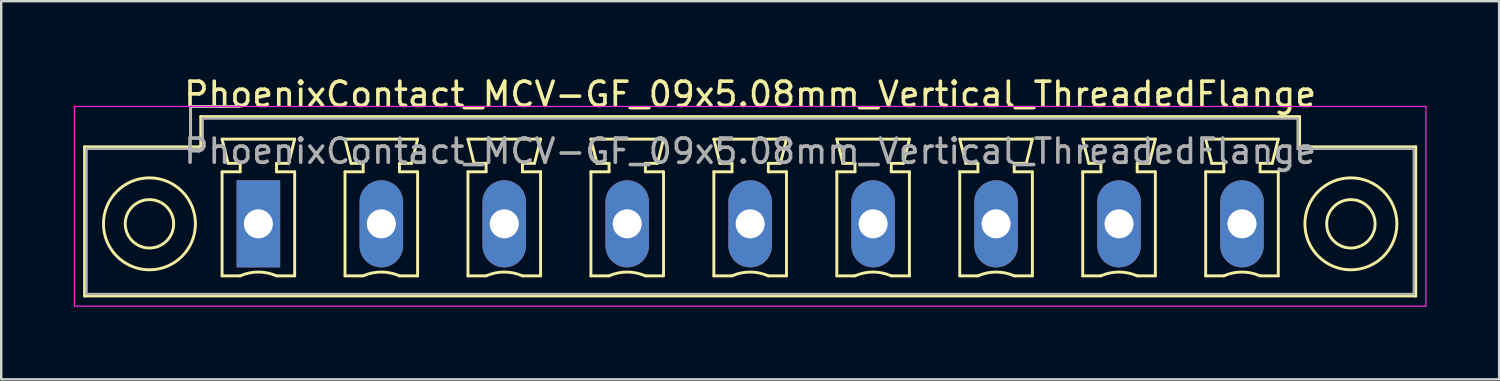
<source format=kicad_pcb>
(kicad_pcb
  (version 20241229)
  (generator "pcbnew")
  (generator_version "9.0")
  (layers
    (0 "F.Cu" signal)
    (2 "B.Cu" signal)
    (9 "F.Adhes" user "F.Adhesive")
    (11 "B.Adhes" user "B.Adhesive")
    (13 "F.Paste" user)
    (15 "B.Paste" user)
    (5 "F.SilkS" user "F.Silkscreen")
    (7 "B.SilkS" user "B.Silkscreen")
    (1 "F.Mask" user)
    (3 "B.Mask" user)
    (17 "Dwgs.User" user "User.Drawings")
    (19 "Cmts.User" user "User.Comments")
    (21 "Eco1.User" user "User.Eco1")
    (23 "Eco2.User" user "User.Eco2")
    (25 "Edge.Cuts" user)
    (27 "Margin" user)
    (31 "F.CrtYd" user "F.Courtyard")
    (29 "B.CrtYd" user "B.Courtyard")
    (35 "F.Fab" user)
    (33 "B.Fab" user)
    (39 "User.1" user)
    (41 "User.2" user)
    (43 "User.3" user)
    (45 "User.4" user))
  (footprint "PhoenixContact_MCV-GF_09x5.08mm_Vertical_ThreadedFlange"
    (layer "F.Cu")
    (at 7.625 6.198)
    (property "Reference" "PhoenixContact_MCV-GF_09x5.08mm_Vertical_ThreadedFlange" (at 20.32 -5.35 0) (layer "F.SilkS") (effects (font (size 1 1) (thickness 0.15))))
    (attr through_hole)
    (fp_line (start -7.18 -3.18) (end -7.18 2.98) (stroke (width 0.12) (type solid)) (layer "F.SilkS"))
    (fp_line (start -7.18 2.98) (end 47.82 2.98) (stroke (width 0.12) (type solid)) (layer "F.SilkS"))
    (fp_line (start -2.8 -4.85) (end -0.8 -4.85) (stroke (width 0.12) (type solid)) (layer "F.SilkS"))
    (fp_line (start -2.8 -3.6) (end -2.8 -4.85) (stroke (width 0.12) (type solid)) (layer "F.SilkS"))
    (fp_line (start -2.38 -4.43) (end -2.38 -3.18) (stroke (width 0.12) (type solid)) (layer "F.SilkS"))
    (fp_line (start -2.38 -3.18) (end -7.18 -3.18) (stroke (width 0.12) (type solid)) (layer "F.SilkS"))
    (fp_line (start -1.5 -3.5) (end 1.5 -3.5) (stroke (width 0.12) (type solid)) (layer "F.SilkS"))
    (fp_line (start -1.5 -2.15) (end -0.75 -2.15) (stroke (width 0.12) (type solid)) (layer "F.SilkS"))
    (fp_line (start -1.5 2.15) (end -1.5 -2.15) (stroke (width 0.12) (type solid)) (layer "F.SilkS"))
    (fp_line (start -1.25 -2.5) (end -1.5 -3.5) (stroke (width 0.12) (type solid)) (layer "F.SilkS"))
    (fp_line (start -0.75 -2.5) (end -1.25 -2.5) (stroke (width 0.12) (type solid)) (layer "F.SilkS"))
    (fp_line (start -0.75 -2.15) (end -0.75 -2.5) (stroke (width 0.12) (type solid)) (layer "F.SilkS"))
    (fp_line (start -0.75 2.15) (end -1.5 2.15) (stroke (width 0.12) (type solid)) (layer "F.SilkS"))
    (fp_line (start 0.75 -2.5) (end 0.75 -2.15) (stroke (width 0.12) (type solid)) (layer "F.SilkS"))
    (fp_line (start 0.75 -2.15) (end 1.5 -2.15) (stroke (width 0.12) (type solid)) (layer "F.SilkS"))
    (fp_line (start 1.25 -2.5) (end 0.75 -2.5) (stroke (width 0.12) (type solid)) (layer "F.SilkS"))
    (fp_line (start 1.5 -3.5) (end 1.25 -2.5) (stroke (width 0.12) (type solid)) (layer "F.SilkS"))
    (fp_line (start 1.5 -2.15) (end 1.5 2.15) (stroke (width 0.12) (type solid)) (layer "F.SilkS"))
    (fp_line (start 1.5 2.15) (end 0.75 2.15) (stroke (width 0.12) (type solid)) (layer "F.SilkS"))
    (fp_line (start 3.58 -3.5) (end 6.58 -3.5) (stroke (width 0.12) (type solid)) (layer "F.SilkS"))
    (fp_line (start 3.58 -2.15) (end 4.33 -2.15) (stroke (width 0.12) (type solid)) (layer "F.SilkS"))
    (fp_line (start 3.58 2.15) (end 3.58 -2.15) (stroke (width 0.12) (type solid)) (layer "F.SilkS"))
    (fp_line (start 3.83 -2.5) (end 3.58 -3.5) (stroke (width 0.12) (type solid)) (layer "F.SilkS"))
    (fp_line (start 4.33 -2.5) (end 3.83 -2.5) (stroke (width 0.12) (type solid)) (layer "F.SilkS"))
    (fp_line (start 4.33 -2.15) (end 4.33 -2.5) (stroke (width 0.12) (type solid)) (layer "F.SilkS"))
    (fp_line (start 4.33 2.15) (end 3.58 2.15) (stroke (width 0.12) (type solid)) (layer "F.SilkS"))
    (fp_line (start 5.83 -2.5) (end 5.83 -2.15) (stroke (width 0.12) (type solid)) (layer "F.SilkS"))
    (fp_line (start 5.83 -2.15) (end 6.58 -2.15) (stroke (width 0.12) (type solid)) (layer "F.SilkS"))
    (fp_line (start 6.33 -2.5) (end 5.83 -2.5) (stroke (width 0.12) (type solid)) (layer "F.SilkS"))
    (fp_line (start 6.58 -3.5) (end 6.33 -2.5) (stroke (width 0.12) (type solid)) (layer "F.SilkS"))
    (fp_line (start 6.58 -2.15) (end 6.58 2.15) (stroke (width 0.12) (type solid)) (layer "F.SilkS"))
    (fp_line (start 6.58 2.15) (end 5.83 2.15) (stroke (width 0.12) (type solid)) (layer "F.SilkS"))
    (fp_line (start 8.66 -3.5) (end 11.66 -3.5) (stroke (width 0.12) (type solid)) (layer "F.SilkS"))
    (fp_line (start 8.66 -2.15) (end 9.41 -2.15) (stroke (width 0.12) (type solid)) (layer "F.SilkS"))
    (fp_line (start 8.66 2.15) (end 8.66 -2.15) (stroke (width 0.12) (type solid)) (layer "F.SilkS"))
    (fp_line (start 8.91 -2.5) (end 8.66 -3.5) (stroke (width 0.12) (type solid)) (layer "F.SilkS"))
    (fp_line (start 9.41 -2.5) (end 8.91 -2.5) (stroke (width 0.12) (type solid)) (layer "F.SilkS"))
    (fp_line (start 9.41 -2.15) (end 9.41 -2.5) (stroke (width 0.12) (type solid)) (layer "F.SilkS"))
    (fp_line (start 9.41 2.15) (end 8.66 2.15) (stroke (width 0.12) (type solid)) (layer "F.SilkS"))
    (fp_line (start 10.91 -2.5) (end 10.91 -2.15) (stroke (width 0.12) (type solid)) (layer "F.SilkS"))
    (fp_line (start 10.91 -2.15) (end 11.66 -2.15) (stroke (width 0.12) (type solid)) (layer "F.SilkS"))
    (fp_line (start 11.41 -2.5) (end 10.91 -2.5) (stroke (width 0.12) (type solid)) (layer "F.SilkS"))
    (fp_line (start 11.66 -3.5) (end 11.41 -2.5) (stroke (width 0.12) (type solid)) (layer "F.SilkS"))
    (fp_line (start 11.66 -2.15) (end 11.66 2.15) (stroke (width 0.12) (type solid)) (layer "F.SilkS"))
    (fp_line (start 11.66 2.15) (end 10.91 2.15) (stroke (width 0.12) (type solid)) (layer "F.SilkS"))
    (fp_line (start 13.74 -3.5) (end 16.74 -3.5) (stroke (width 0.12) (type solid)) (layer "F.SilkS"))
    (fp_line (start 13.74 -2.15) (end 14.49 -2.15) (stroke (width 0.12) (type solid)) (layer "F.SilkS"))
    (fp_line (start 13.74 2.15) (end 13.74 -2.15) (stroke (width 0.12) (type solid)) (layer "F.SilkS"))
    (fp_line (start 13.99 -2.5) (end 13.74 -3.5) (stroke (width 0.12) (type solid)) (layer "F.SilkS"))
    (fp_line (start 14.49 -2.5) (end 13.99 -2.5) (stroke (width 0.12) (type solid)) (layer "F.SilkS"))
    (fp_line (start 14.49 -2.15) (end 14.49 -2.5) (stroke (width 0.12) (type solid)) (layer "F.SilkS"))
    (fp_line (start 14.49 2.15) (end 13.74 2.15) (stroke (width 0.12) (type solid)) (layer "F.SilkS"))
    (fp_line (start 15.99 -2.5) (end 15.99 -2.15) (stroke (width 0.12) (type solid)) (layer "F.SilkS"))
    (fp_line (start 15.99 -2.15) (end 16.74 -2.15) (stroke (width 0.12) (type solid)) (layer "F.SilkS"))
    (fp_line (start 16.49 -2.5) (end 15.99 -2.5) (stroke (width 0.12) (type solid)) (layer "F.SilkS"))
    (fp_line (start 16.74 -3.5) (end 16.49 -2.5) (stroke (width 0.12) (type solid)) (layer "F.SilkS"))
    (fp_line (start 16.74 -2.15) (end 16.74 2.15) (stroke (width 0.12) (type solid)) (layer "F.SilkS"))
    (fp_line (start 16.74 2.15) (end 15.99 2.15) (stroke (width 0.12) (type solid)) (layer "F.SilkS"))
    (fp_line (start 18.82 -3.5) (end 21.82 -3.5) (stroke (width 0.12) (type solid)) (layer "F.SilkS"))
    (fp_line (start 18.82 -2.15) (end 19.57 -2.15) (stroke (width 0.12) (type solid)) (layer "F.SilkS"))
    (fp_line (start 18.82 2.15) (end 18.82 -2.15) (stroke (width 0.12) (type solid)) (layer "F.SilkS"))
    (fp_line (start 19.07 -2.5) (end 18.82 -3.5) (stroke (width 0.12) (type solid)) (layer "F.SilkS"))
    (fp_line (start 19.57 -2.5) (end 19.07 -2.5) (stroke (width 0.12) (type solid)) (layer "F.SilkS"))
    (fp_line (start 19.57 -2.15) (end 19.57 -2.5) (stroke (width 0.12) (type solid)) (layer "F.SilkS"))
    (fp_line (start 19.57 2.15) (end 18.82 2.15) (stroke (width 0.12) (type solid)) (layer "F.SilkS"))
    (fp_line (start 21.07 -2.5) (end 21.07 -2.15) (stroke (width 0.12) (type solid)) (layer "F.SilkS"))
    (fp_line (start 21.07 -2.15) (end 21.82 -2.15) (stroke (width 0.12) (type solid)) (layer "F.SilkS"))
    (fp_line (start 21.57 -2.5) (end 21.07 -2.5) (stroke (width 0.12) (type solid)) (layer "F.SilkS"))
    (fp_line (start 21.82 -3.5) (end 21.57 -2.5) (stroke (width 0.12) (type solid)) (layer "F.SilkS"))
    (fp_line (start 21.82 -2.15) (end 21.82 2.15) (stroke (width 0.12) (type solid)) (layer "F.SilkS"))
    (fp_line (start 21.82 2.15) (end 21.07 2.15) (stroke (width 0.12) (type solid)) (layer "F.SilkS"))
    (fp_line (start 23.9 -3.5) (end 26.9 -3.5) (stroke (width 0.12) (type solid)) (layer "F.SilkS"))
    (fp_line (start 23.9 -2.15) (end 24.65 -2.15) (stroke (width 0.12) (type solid)) (layer "F.SilkS"))
    (fp_line (start 23.9 2.15) (end 23.9 -2.15) (stroke (width 0.12) (type solid)) (layer "F.SilkS"))
    (fp_line (start 24.15 -2.5) (end 23.9 -3.5) (stroke (width 0.12) (type solid)) (layer "F.SilkS"))
    (fp_line (start 24.65 -2.5) (end 24.15 -2.5) (stroke (width 0.12) (type solid)) (layer "F.SilkS"))
    (fp_line (start 24.65 -2.15) (end 24.65 -2.5) (stroke (width 0.12) (type solid)) (layer "F.SilkS"))
    (fp_line (start 24.65 2.15) (end 23.9 2.15) (stroke (width 0.12) (type solid)) (layer "F.SilkS"))
    (fp_line (start 26.15 -2.5) (end 26.15 -2.15) (stroke (width 0.12) (type solid)) (layer "F.SilkS"))
    (fp_line (start 26.15 -2.15) (end 26.9 -2.15) (stroke (width 0.12) (type solid)) (layer "F.SilkS"))
    (fp_line (start 26.65 -2.5) (end 26.15 -2.5) (stroke (width 0.12) (type solid)) (layer "F.SilkS"))
    (fp_line (start 26.9 -3.5) (end 26.65 -2.5) (stroke (width 0.12) (type solid)) (layer "F.SilkS"))
    (fp_line (start 26.9 -2.15) (end 26.9 2.15) (stroke (width 0.12) (type solid)) (layer "F.SilkS"))
    (fp_line (start 26.9 2.15) (end 26.15 2.15) (stroke (width 0.12) (type solid)) (layer "F.SilkS"))
    (fp_line (start 28.98 -3.5) (end 31.98 -3.5) (stroke (width 0.12) (type solid)) (layer "F.SilkS"))
    (fp_line (start 28.98 -2.15) (end 29.73 -2.15) (stroke (width 0.12) (type solid)) (layer "F.SilkS"))
    (fp_line (start 28.98 2.15) (end 28.98 -2.15) (stroke (width 0.12) (type solid)) (layer "F.SilkS"))
    (fp_line (start 29.23 -2.5) (end 28.98 -3.5) (stroke (width 0.12) (type solid)) (layer "F.SilkS"))
    (fp_line (start 29.73 -2.5) (end 29.23 -2.5) (stroke (width 0.12) (type solid)) (layer "F.SilkS"))
    (fp_line (start 29.73 -2.15) (end 29.73 -2.5) (stroke (width 0.12) (type solid)) (layer "F.SilkS"))
    (fp_line (start 29.73 2.15) (end 28.98 2.15) (stroke (width 0.12) (type solid)) (layer "F.SilkS"))
    (fp_line (start 31.23 -2.5) (end 31.23 -2.15) (stroke (width 0.12) (type solid)) (layer "F.SilkS"))
    (fp_line (start 31.23 -2.15) (end 31.98 -2.15) (stroke (width 0.12) (type solid)) (layer "F.SilkS"))
    (fp_line (start 31.73 -2.5) (end 31.23 -2.5) (stroke (width 0.12) (type solid)) (layer "F.SilkS"))
    (fp_line (start 31.98 -3.5) (end 31.73 -2.5) (stroke (width 0.12) (type solid)) (layer "F.SilkS"))
    (fp_line (start 31.98 -2.15) (end 31.98 2.15) (stroke (width 0.12) (type solid)) (layer "F.SilkS"))
    (fp_line (start 31.98 2.15) (end 31.23 2.15) (stroke (width 0.12) (type solid)) (layer "F.SilkS"))
    (fp_line (start 34.06 -3.5) (end 37.06 -3.5) (stroke (width 0.12) (type solid)) (layer "F.SilkS"))
    (fp_line (start 34.06 -2.15) (end 34.81 -2.15) (stroke (width 0.12) (type solid)) (layer "F.SilkS"))
    (fp_line (start 34.06 2.15) (end 34.06 -2.15) (stroke (width 0.12) (type solid)) (layer "F.SilkS"))
    (fp_line (start 34.31 -2.5) (end 34.06 -3.5) (stroke (width 0.12) (type solid)) (layer "F.SilkS"))
    (fp_line (start 34.81 -2.5) (end 34.31 -2.5) (stroke (width 0.12) (type solid)) (layer "F.SilkS"))
    (fp_line (start 34.81 -2.15) (end 34.81 -2.5) (stroke (width 0.12) (type solid)) (layer "F.SilkS"))
    (fp_line (start 34.81 2.15) (end 34.06 2.15) (stroke (width 0.12) (type solid)) (layer "F.SilkS"))
    (fp_line (start 36.31 -2.5) (end 36.31 -2.15) (stroke (width 0.12) (type solid)) (layer "F.SilkS"))
    (fp_line (start 36.31 -2.15) (end 37.06 -2.15) (stroke (width 0.12) (type solid)) (layer "F.SilkS"))
    (fp_line (start 36.81 -2.5) (end 36.31 -2.5) (stroke (width 0.12) (type solid)) (layer "F.SilkS"))
    (fp_line (start 37.06 -3.5) (end 36.81 -2.5) (stroke (width 0.12) (type solid)) (layer "F.SilkS"))
    (fp_line (start 37.06 -2.15) (end 37.06 2.15) (stroke (width 0.12) (type solid)) (layer "F.SilkS"))
    (fp_line (start 37.06 2.15) (end 36.31 2.15) (stroke (width 0.12) (type solid)) (layer "F.SilkS"))
    (fp_line (start 39.14 -3.5) (end 42.14 -3.5) (stroke (width 0.12) (type solid)) (layer "F.SilkS"))
    (fp_line (start 39.14 -2.15) (end 39.89 -2.15) (stroke (width 0.12) (type solid)) (layer "F.SilkS"))
    (fp_line (start 39.14 2.15) (end 39.14 -2.15) (stroke (width 0.12) (type solid)) (layer "F.SilkS"))
    (fp_line (start 39.39 -2.5) (end 39.14 -3.5) (stroke (width 0.12) (type solid)) (layer "F.SilkS"))
    (fp_line (start 39.89 -2.5) (end 39.39 -2.5) (stroke (width 0.12) (type solid)) (layer "F.SilkS"))
    (fp_line (start 39.89 -2.15) (end 39.89 -2.5) (stroke (width 0.12) (type solid)) (layer "F.SilkS"))
    (fp_line (start 39.89 2.15) (end 39.14 2.15) (stroke (width 0.12) (type solid)) (layer "F.SilkS"))
    (fp_line (start 41.39 -2.5) (end 41.39 -2.15) (stroke (width 0.12) (type solid)) (layer "F.SilkS"))
    (fp_line (start 41.39 -2.15) (end 42.14 -2.15) (stroke (width 0.12) (type solid)) (layer "F.SilkS"))
    (fp_line (start 41.89 -2.5) (end 41.39 -2.5) (stroke (width 0.12) (type solid)) (layer "F.SilkS"))
    (fp_line (start 42.14 -3.5) (end 41.89 -2.5) (stroke (width 0.12) (type solid)) (layer "F.SilkS"))
    (fp_line (start 42.14 -2.15) (end 42.14 2.15) (stroke (width 0.12) (type solid)) (layer "F.SilkS"))
    (fp_line (start 42.14 2.15) (end 41.39 2.15) (stroke (width 0.12) (type solid)) (layer "F.SilkS"))
    (fp_line (start 43.02 -4.43) (end -2.38 -4.43) (stroke (width 0.12) (type solid)) (layer "F.SilkS"))
    (fp_line (start 43.02 -3.18) (end 43.02 -4.43) (stroke (width 0.12) (type solid)) (layer "F.SilkS"))
    (fp_line (start 47.82 -3.18) (end 43.02 -3.18) (stroke (width 0.12) (type solid)) (layer "F.SilkS"))
    (fp_line (start 47.82 2.98) (end 47.82 -3.18) (stroke (width 0.12) (type solid)) (layer "F.SilkS"))
    (fp_arc (start -0.75 2.15) (mid -0.000193 1.99191) (end 0.749647 2.149844) (stroke (width 0.12) (type solid)) (layer "F.SilkS"))
    (fp_arc (start 4.33 2.15) (mid 5.079807 1.99191) (end 5.829647 2.149844) (stroke (width 0.12) (type solid)) (layer "F.SilkS"))
    (fp_arc (start 9.41 2.15) (mid 10.159807 1.99191) (end 10.909647 2.149844) (stroke (width 0.12) (type solid)) (layer "F.SilkS"))
    (fp_arc (start 14.49 2.15) (mid 15.239807 1.99191) (end 15.989647 2.149844) (stroke (width 0.12) (type solid)) (layer "F.SilkS"))
    (fp_arc (start 19.57 2.15) (mid 20.319807 1.99191) (end 21.069647 2.149844) (stroke (width 0.12) (type solid)) (layer "F.SilkS"))
    (fp_arc (start 24.65 2.15) (mid 25.399807 1.99191) (end 26.149647 2.149844) (stroke (width 0.12) (type solid)) (layer "F.SilkS"))
    (fp_arc (start 29.73 2.15) (mid 30.479807 1.99191) (end 31.229647 2.149844) (stroke (width 0.12) (type solid)) (layer "F.SilkS"))
    (fp_arc (start 34.81 2.15) (mid 35.559807 1.99191) (end 36.309647 2.149844) (stroke (width 0.12) (type solid)) (layer "F.SilkS"))
    (fp_arc (start 39.89 2.15) (mid 40.639807 1.99191) (end 41.389647 2.149844) (stroke (width 0.12) (type solid)) (layer "F.SilkS"))
    (fp_circle (center -4.5 0) (end -3.5 0) (stroke (width 0.12) (type solid)) (fill no) (layer "F.SilkS"))
    (fp_circle (center -4.5 0) (end -2.6 0) (stroke (width 0.12) (type solid)) (fill no) (layer "F.SilkS"))
    (fp_circle (center 45.14 0) (end 46.14 0) (stroke (width 0.12) (type solid)) (fill no) (layer "F.SilkS"))
    (fp_circle (center 45.14 0) (end 47.04 0) (stroke (width 0.12) (type solid)) (fill no) (layer "F.SilkS"))
    (fp_line (start -7.6 -4.85) (end -7.6 3.4) (stroke (width 0.05) (type solid)) (layer "F.CrtYd"))
    (fp_line (start -7.6 3.4) (end 48.24 3.4) (stroke (width 0.05) (type solid)) (layer "F.CrtYd"))
    (fp_line (start 48.24 -4.85) (end -7.6 -4.85) (stroke (width 0.05) (type solid)) (layer "F.CrtYd"))
    (fp_line (start 48.24 3.4) (end 48.24 -4.85) (stroke (width 0.05) (type solid)) (layer "F.CrtYd"))
    (fp_line (start -7.1 -3.1) (end -7.1 2.9) (stroke (width 0.1) (type solid)) (layer "F.Fab"))
    (fp_line (start -7.1 2.9) (end 47.74 2.9) (stroke (width 0.1) (type solid)) (layer "F.Fab"))
    (fp_line (start -2.8 -4.85) (end -0.8 -4.85) (stroke (width 0.1) (type solid)) (layer "F.Fab"))
    (fp_line (start -2.8 -3.6) (end -2.8 -4.85) (stroke (width 0.1) (type solid)) (layer "F.Fab"))
    (fp_line (start -2.3 -4.35) (end -2.3 -3.1) (stroke (width 0.1) (type solid)) (layer "F.Fab"))
    (fp_line (start -2.3 -3.1) (end -7.1 -3.1) (stroke (width 0.1) (type solid)) (layer "F.Fab"))
    (fp_line (start 42.94 -4.35) (end -2.3 -4.35) (stroke (width 0.1) (type solid)) (layer "F.Fab"))
    (fp_line (start 42.94 -3.1) (end 42.94 -4.35) (stroke (width 0.1) (type solid)) (layer "F.Fab"))
    (fp_line (start 47.74 -3.1) (end 42.94 -3.1) (stroke (width 0.1) (type solid)) (layer "F.Fab"))
    (fp_line (start 47.74 2.9) (end 47.74 -3.1) (stroke (width 0.1) (type solid)) (layer "F.Fab"))
    (fp_text user "${REFERENCE}" (at 20.32 -3 0) (layer "F.Fab") (effects (font (size 1 1) (thickness 0.15))))
    (pad "1" thru_hole rect (at 0 0) (size 1.8 3.6) (drill 1.2) (layers "*.Cu" "*.Mask"))
    (pad "2" thru_hole oval (at 5.08 0) (size 1.8 3.6) (drill 1.2) (layers "*.Cu" "*.Mask"))
    (pad "3" thru_hole oval (at 10.16 0) (size 1.8 3.6) (drill 1.2) (layers "*.Cu" "*.Mask"))
    (pad "4" thru_hole oval (at 15.24 0) (size 1.8 3.6) (drill 1.2) (layers "*.Cu" "*.Mask"))
    (pad "5" thru_hole oval (at 20.32 0) (size 1.8 3.6) (drill 1.2) (layers "*.Cu" "*.Mask"))
    (pad "6" thru_hole oval (at 25.4 0) (size 1.8 3.6) (drill 1.2) (layers "*.Cu" "*.Mask"))
    (pad "7" thru_hole oval (at 30.48 0) (size 1.8 3.6) (drill 1.2) (layers "*.Cu" "*.Mask"))
    (pad "8" thru_hole oval (at 35.56 0) (size 1.8 3.6) (drill 1.2) (layers "*.Cu" "*.Mask"))
    (pad "9" thru_hole oval (at 40.64 0) (size 1.8 3.6) (drill 1.2) (layers "*.Cu" "*.Mask")))
  (gr_rect
    (start -3 -3)
    (end 58.89 12.623)
    (stroke (width 0.1) (type default))
    (fill no)
    (layer "Edge.Cuts")))
</source>
